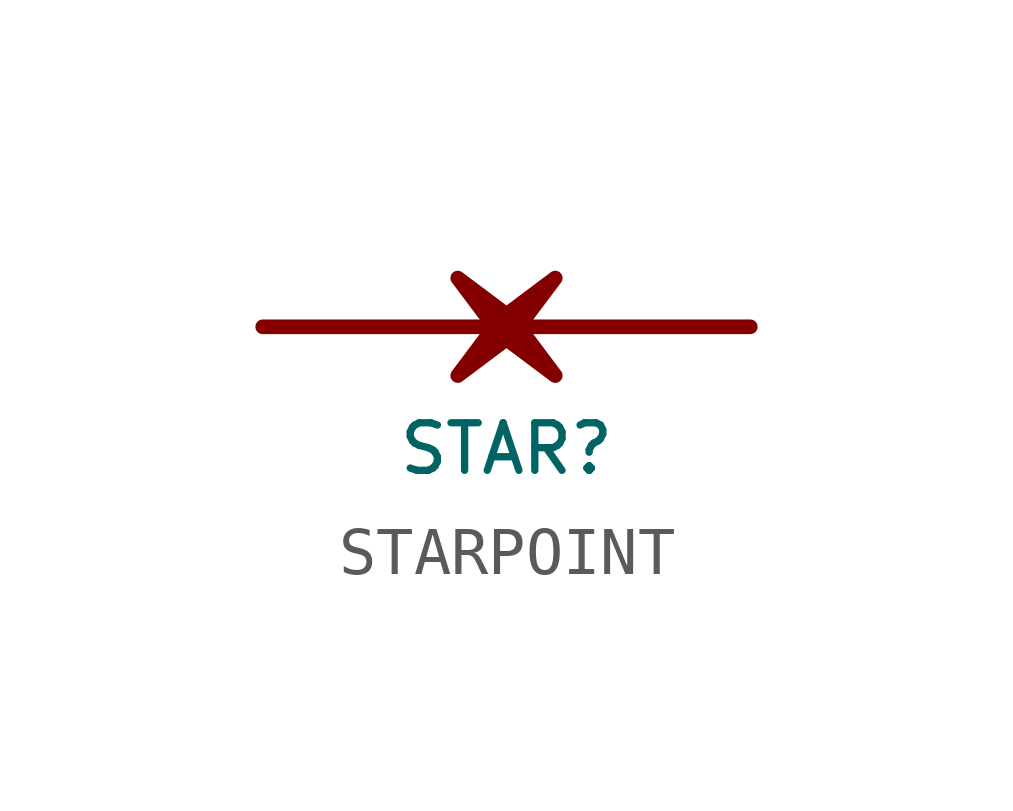
<source format=kicad_sym>
(kicad_symbol_lib
  (version 20220914)
  (generator kicad_symbol_editor)
  (symbol "STARPOINT"
    (pin_numbers hide)
    (pin_names
      (offset 1.016) hide)
    (property "Reference" "STAR"
      (at 0 -2.54 0)
      (effects (font (size 0.991 0.991))))
    (property "Footprint" ""
      (at 0 2.032 0)
      (effects (font (size 0.991 0.991))))
    (property "Datasheet" ""
      (at 0 0 0)
      (effects (font (size 1.524 1.524))))
    (symbol "STARPOINT_0_0"
      (polyline (pts (xy -5.08 0) (xy -0.254 0) (xy 5.08 0)) (stroke (width 0.305) (type default)) (fill (type none)))
      (polyline (pts (xy 1.016 1.016) (xy 0 0.254) (xy -1.016 1.016) (xy -0.254 0) (xy -1.016 -1.016) (xy 0 -0.254) (xy 1.016 -1.016) (xy 0.254 0) (xy 1.016 1.016)) (stroke (width 0.305) (type default)) (fill (type outline)))
      (pin passive line (at -5.08 0 0) (length 0) (name "1" (effects (font (size 1.27 1.27)))) (number "1" (effects (font (size 1.27 1.27)))))
      (pin passive line (at 5.08 0 180) (length 0) (name "2" (effects (font (size 1.27 1.27)))) (number "2" (effects (font (size 1.27 1.27))))))))
</source>
